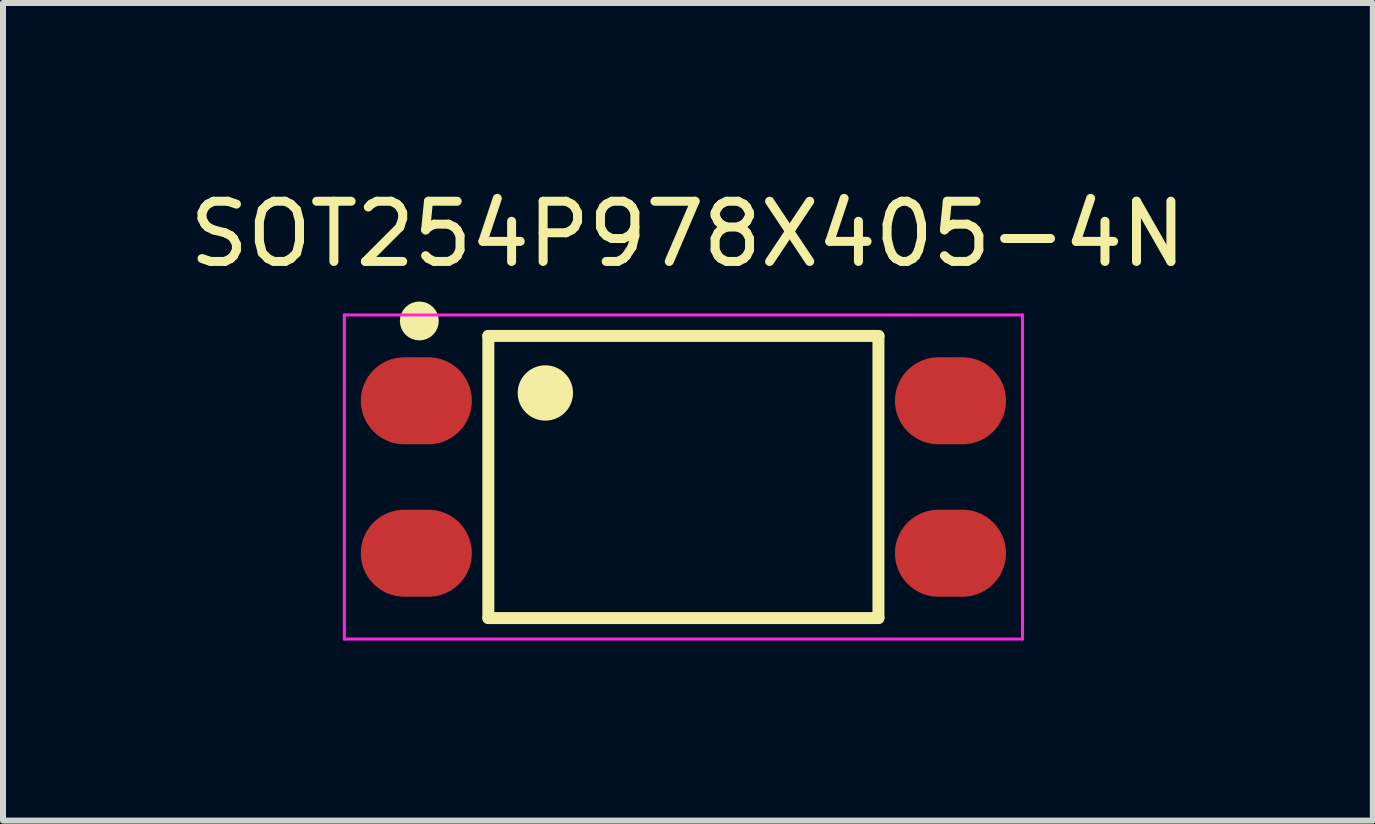
<source format=kicad_pcb>
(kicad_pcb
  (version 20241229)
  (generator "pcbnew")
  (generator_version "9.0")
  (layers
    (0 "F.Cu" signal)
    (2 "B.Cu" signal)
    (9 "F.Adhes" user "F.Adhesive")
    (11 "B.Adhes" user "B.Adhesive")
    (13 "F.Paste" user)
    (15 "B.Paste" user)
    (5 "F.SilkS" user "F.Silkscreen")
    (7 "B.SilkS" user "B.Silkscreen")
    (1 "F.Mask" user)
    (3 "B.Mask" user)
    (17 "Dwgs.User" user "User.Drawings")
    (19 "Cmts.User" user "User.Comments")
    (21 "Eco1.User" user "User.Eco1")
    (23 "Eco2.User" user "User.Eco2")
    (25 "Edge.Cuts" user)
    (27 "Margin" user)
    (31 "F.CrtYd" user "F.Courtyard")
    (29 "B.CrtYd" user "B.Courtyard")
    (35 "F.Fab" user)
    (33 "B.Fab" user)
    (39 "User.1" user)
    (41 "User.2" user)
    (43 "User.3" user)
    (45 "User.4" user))
  (footprint "SOT254P978X405-4N"
    (layer "F.Cu")
    (at 8.337 4.898)
    (property "Reference" "SOT254P978X405-4N" (at 0.075 -4.048 0) (layer "F.SilkS") (effects (font (size 1.003 1.003) (thickness 0.15))))
    (attr through_hole)
    (fp_line (start -3.25 -2.35) (end 3.25 -2.35) (stroke (width 0.2) (type solid)) (layer "F.SilkS"))
    (fp_line (start -3.25 2.35) (end -3.25 -2.35) (stroke (width 0.2) (type solid)) (layer "F.SilkS"))
    (fp_line (start 3.25 -2.35) (end 3.25 2.35) (stroke (width 0.2) (type solid)) (layer "F.SilkS"))
    (fp_line (start 3.25 2.35) (end -3.25 2.35) (stroke (width 0.2) (type solid)) (layer "F.SilkS"))
    (fp_circle (center -4.4 -2.6) (end -4.176 -2.6) (stroke (width 0.2) (type solid)) (fill no) (layer "F.SilkS"))
    (fp_circle (center -2.3 -1.4) (end -1.939 -1.4) (stroke (width 0.2) (type solid)) (fill no) (layer "F.SilkS"))
    (fp_poly (pts (xy -4.613 -2.8) (xy -4.2 -2.8) (xy -4.2 -2.407) (xy -4.613 -2.407)) (stroke (width 0.01) (type solid)) (fill yes) (layer "F.SilkS"))
    (fp_poly (pts (xy -2.606 -1.7) (xy -2 -1.7) (xy -2 -1.103) (xy -2.606 -1.103)) (stroke (width 0.01) (type solid)) (fill yes) (layer "F.SilkS"))
    (fp_line (start -5.65 -2.7) (end 5.65 -2.7) (stroke (width 0.05) (type solid)) (layer "F.CrtYd"))
    (fp_line (start -5.65 2.7) (end -5.65 -2.7) (stroke (width 0.05) (type solid)) (layer "F.CrtYd"))
    (fp_line (start 5.65 -2.7) (end 5.65 2.7) (stroke (width 0.05) (type solid)) (layer "F.CrtYd"))
    (fp_line (start 5.65 2.7) (end -5.65 2.7) (stroke (width 0.05) (type solid)) (layer "F.CrtYd"))
    (pad "1" smd oval (at -4.45 -1.27) (size 1.85 1.45) (layers "F.Cu" "F.Mask" "F.Paste"))
    (pad "2" smd oval (at -4.45 1.27) (size 1.85 1.45) (layers "F.Cu" "F.Mask" "F.Paste"))
    (pad "3" smd oval (at 4.45 1.27) (size 1.85 1.45) (layers "F.Cu" "F.Mask" "F.Paste"))
    (pad "4" smd oval (at 4.45 -1.27) (size 1.85 1.45) (layers "F.Cu" "F.Mask" "F.Paste")))
  (gr_rect
    (start -3 -3)
    (end 19.825 10.623)
    (stroke (width 0.1) (type default))
    (fill no)
    (layer "Edge.Cuts")))
</source>
